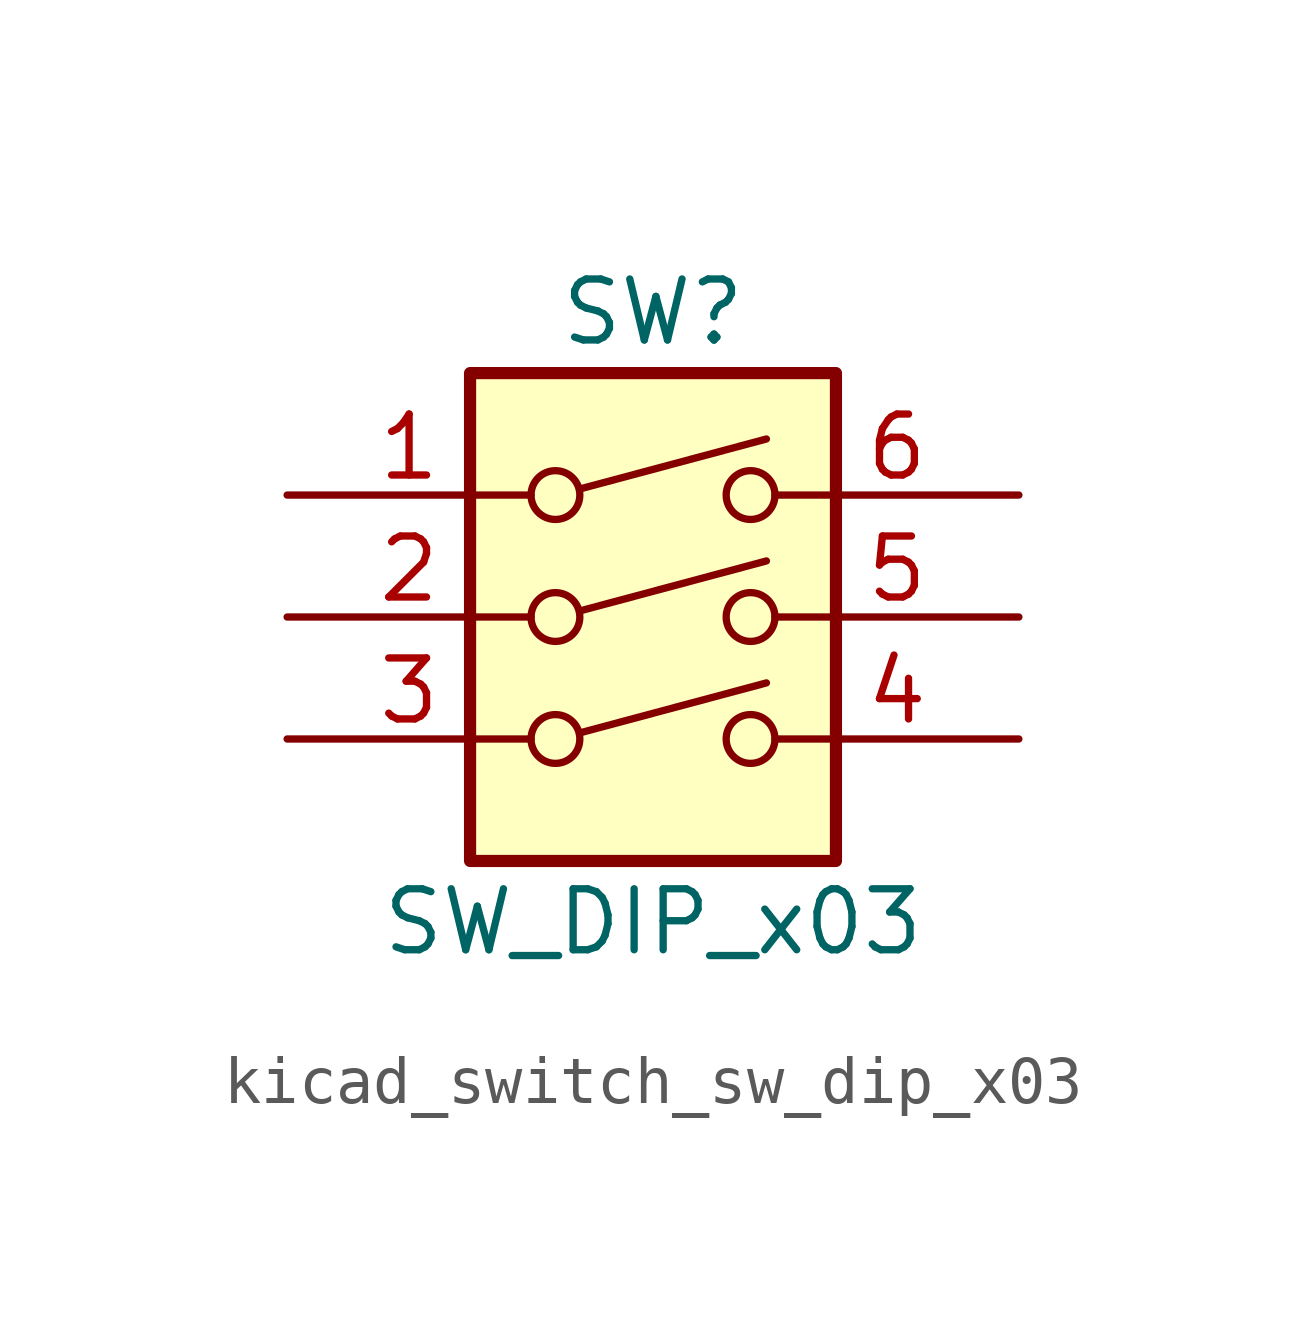
<source format=kicad_sym>
(kicad_symbol_lib
  (version 20220914)
  (generator kicad_symbol_editor)
  (symbol "kicad_switch_sw_dip_x03"
    (pin_names
      (offset 0) hide)
    (property "Reference" "SW"
      (at 0 8.89 0)
      (effects (font (size 1.27 1.27))))
    (property "Value" "SW_DIP_x03"
      (at 0 -3.81 0)
      (effects (font (size 1.27 1.27))))
    (symbol "kicad_switch_sw_dip_x03_0_0"
      (circle (center -2.032 0) (radius 0.508) (stroke (width 0) (type default)) (fill (type none)))
      (circle (center -2.032 2.54) (radius 0.508) (stroke (width 0) (type default)) (fill (type none)))
      (circle (center -2.032 5.08) (radius 0.508) (stroke (width 0) (type default)) (fill (type none)))
      (polyline (pts (xy -1.524 0.127) (xy 2.362 1.168)) (stroke (width 0) (type default)) (fill (type none)))
      (polyline (pts (xy -1.524 2.667) (xy 2.362 3.708)) (stroke (width 0) (type default)) (fill (type none)))
      (polyline (pts (xy -1.524 5.207) (xy 2.362 6.248)) (stroke (width 0) (type default)) (fill (type none)))
      (circle (center 2.032 0) (radius 0.508) (stroke (width 0) (type default)) (fill (type none)))
      (circle (center 2.032 2.54) (radius 0.508) (stroke (width 0) (type default)) (fill (type none)))
      (circle (center 2.032 5.08) (radius 0.508) (stroke (width 0) (type default)) (fill (type none))))
    (symbol "kicad_switch_sw_dip_x03_0_1"
      (rectangle (start -3.81 7.62) (end 3.81 -2.54) (stroke (width 0.254) (type default)) (fill (type background))))
    (symbol "kicad_switch_sw_dip_x03_1_1"
      (pin passive line (at -7.62 5.08 0) (length 5.08) (name "~" (effects (font (size 1.27 1.27)))) (number "1" (effects (font (size 1.27 1.27)))))
      (pin passive line (at -7.62 2.54 0) (length 5.08) (name "~" (effects (font (size 1.27 1.27)))) (number "2" (effects (font (size 1.27 1.27)))))
      (pin passive line (at -7.62 0 0) (length 5.08) (name "~" (effects (font (size 1.27 1.27)))) (number "3" (effects (font (size 1.27 1.27)))))
      (pin passive line (at 7.62 0 180) (length 5.08) (name "~" (effects (font (size 1.27 1.27)))) (number "4" (effects (font (size 1.27 1.27)))))
      (pin passive line (at 7.62 2.54 180) (length 5.08) (name "~" (effects (font (size 1.27 1.27)))) (number "5" (effects (font (size 1.27 1.27)))))
      (pin passive line (at 7.62 5.08 180) (length 5.08) (name "~" (effects (font (size 1.27 1.27)))) (number "6" (effects (font (size 1.27 1.27))))))))
</source>
